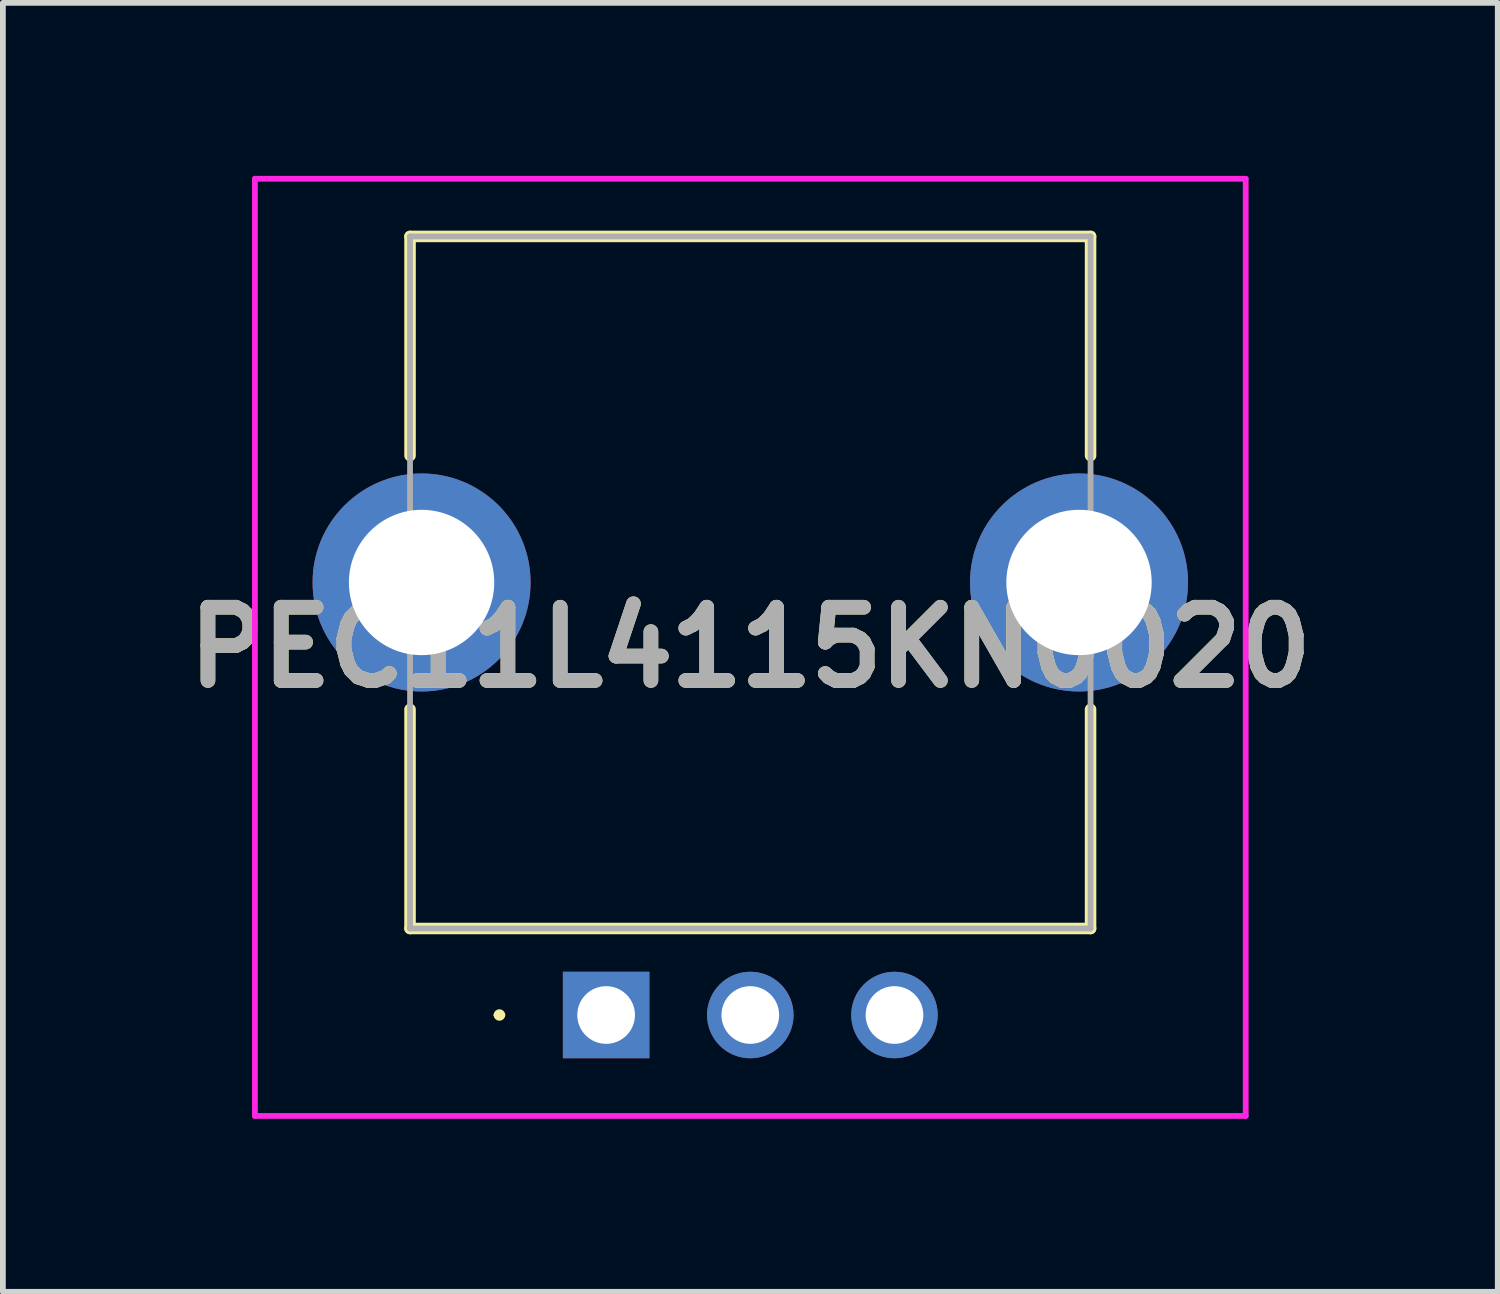
<source format=kicad_pcb>
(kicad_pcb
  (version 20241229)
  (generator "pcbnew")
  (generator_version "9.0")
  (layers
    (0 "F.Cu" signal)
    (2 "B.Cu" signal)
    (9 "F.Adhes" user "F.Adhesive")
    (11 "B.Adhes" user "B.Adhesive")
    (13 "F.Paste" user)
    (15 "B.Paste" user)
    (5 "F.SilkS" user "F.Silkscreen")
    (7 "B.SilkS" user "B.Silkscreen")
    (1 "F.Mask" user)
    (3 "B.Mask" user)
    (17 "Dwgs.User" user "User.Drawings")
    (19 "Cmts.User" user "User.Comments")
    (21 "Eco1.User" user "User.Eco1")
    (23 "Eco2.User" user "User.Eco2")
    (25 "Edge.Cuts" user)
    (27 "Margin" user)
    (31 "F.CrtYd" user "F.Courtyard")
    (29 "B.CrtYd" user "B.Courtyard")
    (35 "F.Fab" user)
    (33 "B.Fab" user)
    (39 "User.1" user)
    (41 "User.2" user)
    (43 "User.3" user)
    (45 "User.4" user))
  (footprint "PEC11L4115KN0020"
    (layer "F.Cu")
    (at 7.46 14.55)
    (property "Reference" "PEC11L4115KN0020" (at 2.5 -6.375 0) (layer "F.SilkS") (effects (font (size 1.27 1.27) (thickness 0.254))))
    (attr through_hole)
    (fp_line (start -3.4 -13.5) (end 8.4 -13.5) (stroke (width 0.2) (type solid)) (layer "F.SilkS"))
    (fp_line (start -3.4 -9.7) (end -3.4 -13.5) (stroke (width 0.2) (type solid)) (layer "F.SilkS"))
    (fp_line (start -3.4 -1.5) (end -3.4 -5.3) (stroke (width 0.2) (type solid)) (layer "F.SilkS"))
    (fp_line (start -1.9 0) (end -1.9 0) (stroke (width 0.1) (type solid)) (layer "F.SilkS"))
    (fp_line (start -1.8 0) (end -1.8 0) (stroke (width 0.1) (type solid)) (layer "F.SilkS"))
    (fp_line (start 8.4 -13.5) (end 8.4 -9.7) (stroke (width 0.2) (type solid)) (layer "F.SilkS"))
    (fp_line (start 8.4 -5.3) (end 8.4 -1.5) (stroke (width 0.2) (type solid)) (layer "F.SilkS"))
    (fp_line (start 8.4 -1.5) (end -3.4 -1.5) (stroke (width 0.2) (type solid)) (layer "F.SilkS"))
    (fp_arc (start -1.9 0) (mid -1.85 -0.05) (end -1.8 0) (stroke (width 0.1) (type solid)) (layer "F.SilkS"))
    (fp_arc (start -1.8 0) (mid -1.85 0.05) (end -1.9 0) (stroke (width 0.1) (type solid)) (layer "F.SilkS"))
    (fp_line (start -6.09 -14.5) (end 11.09 -14.5) (stroke (width 0.1) (type solid)) (layer "F.CrtYd"))
    (fp_line (start -6.09 1.75) (end -6.09 -14.5) (stroke (width 0.1) (type solid)) (layer "F.CrtYd"))
    (fp_line (start 11.09 -14.5) (end 11.09 1.75) (stroke (width 0.1) (type solid)) (layer "F.CrtYd"))
    (fp_line (start 11.09 1.75) (end -6.09 1.75) (stroke (width 0.1) (type solid)) (layer "F.CrtYd"))
    (fp_line (start -3.4 -13.5) (end 8.4 -13.5) (stroke (width 0.1) (type solid)) (layer "F.Fab"))
    (fp_line (start -3.4 -1.5) (end -3.4 -13.5) (stroke (width 0.1) (type solid)) (layer "F.Fab"))
    (fp_line (start 8.4 -13.5) (end 8.4 -1.5) (stroke (width 0.1) (type solid)) (layer "F.Fab"))
    (fp_line (start 8.4 -1.5) (end -3.4 -1.5) (stroke (width 0.1) (type solid)) (layer "F.Fab"))
    (fp_text user "${REFERENCE}" (at 2.5 -6.375 0) (layer "F.Fab") (effects (font (size 1.27 1.27) (thickness 0.254))))
    (pad "A1" thru_hole rect (at 0 0) (size 1.5 1.5) (drill 1) (layers "*.Cu" "*.Mask"))
    (pad "B1" thru_hole circle (at 5 0) (size 1.5 1.5) (drill 1) (layers "*.Cu" "*.Mask"))
    (pad "C1" thru_hole circle (at 2.5 0) (size 1.5 1.5) (drill 1) (layers "*.Cu" "*.Mask"))
    (pad "MH1" thru_hole circle (at -3.2 -7.5) (size 3.78 3.78) (drill 2.52) (layers "*.Cu" "*.Mask"))
    (pad "MH2" thru_hole circle (at 8.2 -7.5) (size 3.78 3.78) (drill 2.52) (layers "*.Cu" "*.Mask")))
  (gr_rect
    (start -3 -3)
    (end 22.921 19.35)
    (stroke (width 0.1) (type default))
    (fill no)
    (layer "Edge.Cuts")))
</source>
